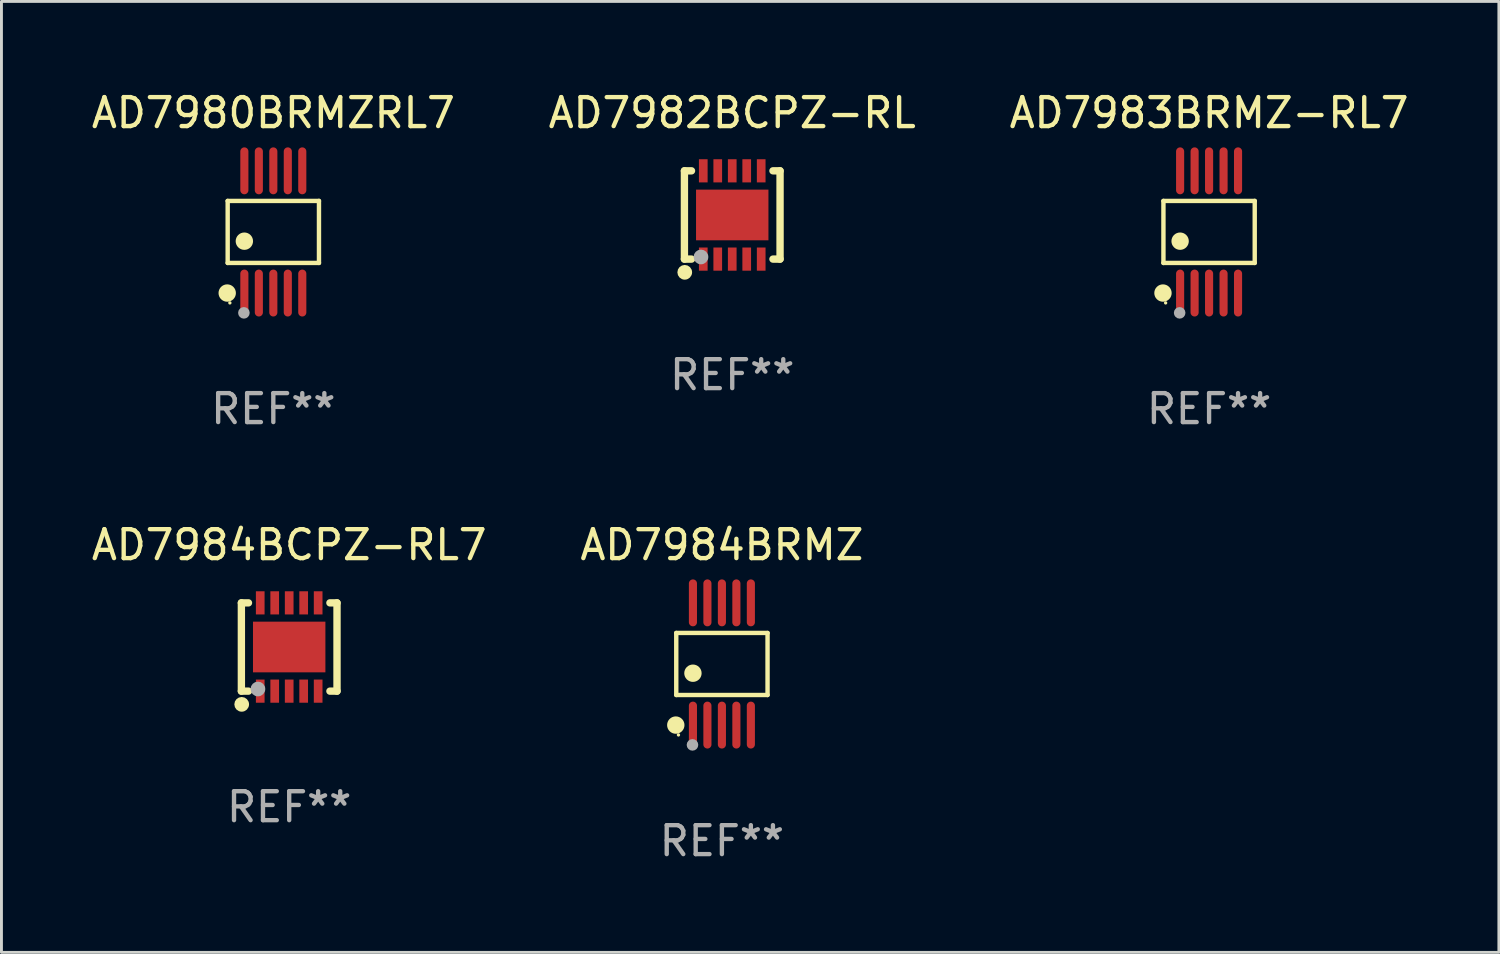
<source format=kicad_pcb>
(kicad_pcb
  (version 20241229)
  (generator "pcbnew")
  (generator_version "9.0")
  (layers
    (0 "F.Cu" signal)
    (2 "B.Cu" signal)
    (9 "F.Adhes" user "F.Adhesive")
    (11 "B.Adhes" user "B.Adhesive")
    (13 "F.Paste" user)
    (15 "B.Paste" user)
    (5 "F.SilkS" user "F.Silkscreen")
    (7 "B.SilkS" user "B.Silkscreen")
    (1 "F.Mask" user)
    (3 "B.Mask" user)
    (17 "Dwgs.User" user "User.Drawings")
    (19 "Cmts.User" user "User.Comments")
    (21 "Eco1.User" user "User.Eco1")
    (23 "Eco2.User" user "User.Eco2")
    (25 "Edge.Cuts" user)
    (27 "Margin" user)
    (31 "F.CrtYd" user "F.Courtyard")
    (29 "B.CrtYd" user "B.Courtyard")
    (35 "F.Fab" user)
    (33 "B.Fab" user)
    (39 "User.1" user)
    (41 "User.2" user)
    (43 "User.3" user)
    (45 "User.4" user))
  (footprint "AD7983BRMZ-RL7"
    (layer "F.Cu")
    (at 38.696 4.958)
    (property "Reference" "AD7983BRMZ-RL7" (at 0 -4.11 0) (layer "F.SilkS") (effects (font (size 1 1) (thickness 0.15))))
    (attr through_hole)
    (fp_line (start -1.576 -1.071) (end 1.576 -1.071) (stroke (width 0.152) (type solid)) (layer "F.SilkS"))
    (fp_line (start -1.576 1.071) (end -1.576 -1.071) (stroke (width 0.152) (type solid)) (layer "F.SilkS"))
    (fp_line (start 1.576 -1.071) (end 1.576 1.071) (stroke (width 0.152) (type solid)) (layer "F.SilkS"))
    (fp_line (start 1.576 1.071) (end -1.576 1.071) (stroke (width 0.152) (type solid)) (layer "F.SilkS"))
    (fp_circle (center -1.592 2.11) (end -1.442 2.11) (stroke (width 0.3) (type solid)) (fill no) (layer "F.SilkS"))
    (fp_circle (center -1.5 2.45) (end -1.47 2.45) (stroke (width 0.06) (type solid)) (fill no) (layer "F.SilkS"))
    (fp_circle (center -1 0.319) (end -0.85 0.319) (stroke (width 0.3) (type solid)) (fill no) (layer "F.SilkS"))
    (fp_circle (center -1.016 2.794) (end -0.916 2.794) (stroke (width 0.2) (type solid)) (fill no) (layer "F.Fab"))
    (fp_text user "REF**" (at 0 6.11 0) (layer "F.Fab") (effects (font (size 1 1) (thickness 0.15))))
    (pad "1" smd oval (at -1 2.11) (size 0.28 1.62) (layers "F.Cu" "F.Mask" "F.Paste"))
    (pad "2" smd oval (at -0.5 2.11) (size 0.28 1.62) (layers "F.Cu" "F.Mask" "F.Paste"))
    (pad "3" smd oval (at 0 2.11) (size 0.28 1.62) (layers "F.Cu" "F.Mask" "F.Paste"))
    (pad "4" smd oval (at 0.5 2.11) (size 0.28 1.62) (layers "F.Cu" "F.Mask" "F.Paste"))
    (pad "5" smd oval (at 1 2.11) (size 0.28 1.62) (layers "F.Cu" "F.Mask" "F.Paste"))
    (pad "6" smd oval (at 1 -2.11) (size 0.28 1.62) (layers "F.Cu" "F.Mask" "F.Paste"))
    (pad "7" smd oval (at 0.5 -2.11) (size 0.28 1.62) (layers "F.Cu" "F.Mask" "F.Paste"))
    (pad "8" smd oval (at 0 -2.11) (size 0.28 1.62) (layers "F.Cu" "F.Mask" "F.Paste"))
    (pad "9" smd oval (at -0.5 -2.11) (size 0.28 1.62) (layers "F.Cu" "F.Mask" "F.Paste"))
    (pad "10" smd oval (at -1 -2.11) (size 0.28 1.62) (layers "F.Cu" "F.Mask" "F.Paste")))
  (footprint "AD7982BCPZ-RL"
    (layer "F.Cu")
    (at 22.232 4.372)
    (property "Reference" "AD7982BCPZ-RL" (at 0 -3.524 0) (layer "F.SilkS") (effects (font (size 1 1) (thickness 0.15))))
    (attr through_hole)
    (fp_line (start -1.651 -1.524) (end -1.651 1.524) (stroke (width 0.254) (type solid)) (layer "F.SilkS"))
    (fp_line (start -1.651 1.524) (end -1.406 1.524) (stroke (width 0.254) (type solid)) (layer "F.SilkS"))
    (fp_line (start -1.406 -1.524) (end -1.651 -1.524) (stroke (width 0.254) (type solid)) (layer "F.SilkS"))
    (fp_line (start 1.406 1.524) (end 1.651 1.524) (stroke (width 0.254) (type solid)) (layer "F.SilkS"))
    (fp_line (start 1.651 -1.524) (end 1.406 -1.524) (stroke (width 0.254) (type solid)) (layer "F.SilkS"))
    (fp_line (start 1.651 1.524) (end 1.651 -1.524) (stroke (width 0.254) (type solid)) (layer "F.SilkS"))
    (fp_circle (center -1.64 1.98) (end -1.513 1.98) (stroke (width 0.254) (type solid)) (fill no) (layer "F.SilkS"))
    (fp_circle (center -1.5 1.5) (end -1.47 1.5) (stroke (width 0.06) (type solid)) (fill no) (layer "F.SilkS"))
    (fp_circle (center -1.08 1.45) (end -0.953 1.45) (stroke (width 0.254) (type solid)) (fill no) (layer "F.Fab"))
    (fp_text user "REF**" (at 0 5.524 0) (layer "F.Fab") (effects (font (size 1 1) (thickness 0.15))))
    (pad "1" smd rect (at -1 1.524) (size 0.3 0.8) (layers "F.Cu" "F.Mask" "F.Paste"))
    (pad "2" smd rect (at -0.5 1.524) (size 0.3 0.8) (layers "F.Cu" "F.Mask" "F.Paste"))
    (pad "3" smd rect (at 0 1.524) (size 0.3 0.8) (layers "F.Cu" "F.Mask" "F.Paste"))
    (pad "4" smd rect (at 0.5 1.524) (size 0.3 0.8) (layers "F.Cu" "F.Mask" "F.Paste"))
    (pad "5" smd rect (at 1 1.524) (size 0.3 0.8) (layers "F.Cu" "F.Mask" "F.Paste"))
    (pad "6" smd rect (at 1 -1.524) (size 0.3 0.8) (layers "F.Cu" "F.Mask" "F.Paste"))
    (pad "7" smd rect (at 0.5 -1.524) (size 0.3 0.8) (layers "F.Cu" "F.Mask" "F.Paste"))
    (pad "8" smd rect (at 0 -1.524) (size 0.3 0.8) (layers "F.Cu" "F.Mask" "F.Paste"))
    (pad "9" smd rect (at -0.5 -1.524) (size 0.3 0.8) (layers "F.Cu" "F.Mask" "F.Paste"))
    (pad "10" smd rect (at -1 -1.524) (size 0.3 0.8) (layers "F.Cu" "F.Mask" "F.Paste"))
    (pad "11" smd rect (at 0 0) (size 2.5 1.75) (layers "F.Cu" "F.Mask" "F.Paste")))
  (footprint "AD7980BRMZRL7"
    (layer "F.Cu")
    (at 6.387 4.958)
    (property "Reference" "AD7980BRMZRL7" (at 0 -4.11 0) (layer "F.SilkS") (effects (font (size 1 1) (thickness 0.15))))
    (attr through_hole)
    (fp_line (start -1.576 -1.071) (end 1.576 -1.071) (stroke (width 0.152) (type solid)) (layer "F.SilkS"))
    (fp_line (start -1.576 1.071) (end -1.576 -1.071) (stroke (width 0.152) (type solid)) (layer "F.SilkS"))
    (fp_line (start 1.576 -1.071) (end 1.576 1.071) (stroke (width 0.152) (type solid)) (layer "F.SilkS"))
    (fp_line (start 1.576 1.071) (end -1.576 1.071) (stroke (width 0.152) (type solid)) (layer "F.SilkS"))
    (fp_circle (center -1.592 2.11) (end -1.442 2.11) (stroke (width 0.3) (type solid)) (fill no) (layer "F.SilkS"))
    (fp_circle (center -1.5 2.45) (end -1.47 2.45) (stroke (width 0.06) (type solid)) (fill no) (layer "F.SilkS"))
    (fp_circle (center -1 0.319) (end -0.85 0.319) (stroke (width 0.3) (type solid)) (fill no) (layer "F.SilkS"))
    (fp_circle (center -1.016 2.794) (end -0.916 2.794) (stroke (width 0.2) (type solid)) (fill no) (layer "F.Fab"))
    (fp_text user "REF**" (at 0 6.11 0) (layer "F.Fab") (effects (font (size 1 1) (thickness 0.15))))
    (pad "1" smd oval (at -1 2.11) (size 0.28 1.62) (layers "F.Cu" "F.Mask" "F.Paste"))
    (pad "2" smd oval (at -0.5 2.11) (size 0.28 1.62) (layers "F.Cu" "F.Mask" "F.Paste"))
    (pad "3" smd oval (at 0 2.11) (size 0.28 1.62) (layers "F.Cu" "F.Mask" "F.Paste"))
    (pad "4" smd oval (at 0.5 2.11) (size 0.28 1.62) (layers "F.Cu" "F.Mask" "F.Paste"))
    (pad "5" smd oval (at 1 2.11) (size 0.28 1.62) (layers "F.Cu" "F.Mask" "F.Paste"))
    (pad "6" smd oval (at 1 -2.11) (size 0.28 1.62) (layers "F.Cu" "F.Mask" "F.Paste"))
    (pad "7" smd oval (at 0.5 -2.11) (size 0.28 1.62) (layers "F.Cu" "F.Mask" "F.Paste"))
    (pad "8" smd oval (at 0 -2.11) (size 0.28 1.62) (layers "F.Cu" "F.Mask" "F.Paste"))
    (pad "9" smd oval (at -0.5 -2.11) (size 0.28 1.62) (layers "F.Cu" "F.Mask" "F.Paste"))
    (pad "10" smd oval (at -1 -2.11) (size 0.28 1.62) (layers "F.Cu" "F.Mask" "F.Paste")))
  (footprint "AD7984BRMZ"
    (layer "F.Cu")
    (at 21.875 19.875)
    (property "Reference" "AD7984BRMZ" (at 0 -4.11 0) (layer "F.SilkS") (effects (font (size 1 1) (thickness 0.15))))
    (attr through_hole)
    (fp_line (start -1.576 -1.071) (end 1.576 -1.071) (stroke (width 0.152) (type solid)) (layer "F.SilkS"))
    (fp_line (start -1.576 1.071) (end -1.576 -1.071) (stroke (width 0.152) (type solid)) (layer "F.SilkS"))
    (fp_line (start 1.576 -1.071) (end 1.576 1.071) (stroke (width 0.152) (type solid)) (layer "F.SilkS"))
    (fp_line (start 1.576 1.071) (end -1.576 1.071) (stroke (width 0.152) (type solid)) (layer "F.SilkS"))
    (fp_circle (center -1.592 2.11) (end -1.442 2.11) (stroke (width 0.3) (type solid)) (fill no) (layer "F.SilkS"))
    (fp_circle (center -1.5 2.45) (end -1.47 2.45) (stroke (width 0.06) (type solid)) (fill no) (layer "F.SilkS"))
    (fp_circle (center -1 0.319) (end -0.85 0.319) (stroke (width 0.3) (type solid)) (fill no) (layer "F.SilkS"))
    (fp_circle (center -1.016 2.794) (end -0.916 2.794) (stroke (width 0.2) (type solid)) (fill no) (layer "F.Fab"))
    (fp_text user "REF**" (at 0 6.11 0) (layer "F.Fab") (effects (font (size 1 1) (thickness 0.15))))
    (pad "1" smd oval (at -1 2.11) (size 0.28 1.62) (layers "F.Cu" "F.Mask" "F.Paste"))
    (pad "2" smd oval (at -0.5 2.11) (size 0.28 1.62) (layers "F.Cu" "F.Mask" "F.Paste"))
    (pad "3" smd oval (at 0 2.11) (size 0.28 1.62) (layers "F.Cu" "F.Mask" "F.Paste"))
    (pad "4" smd oval (at 0.5 2.11) (size 0.28 1.62) (layers "F.Cu" "F.Mask" "F.Paste"))
    (pad "5" smd oval (at 1 2.11) (size 0.28 1.62) (layers "F.Cu" "F.Mask" "F.Paste"))
    (pad "6" smd oval (at 1 -2.11) (size 0.28 1.62) (layers "F.Cu" "F.Mask" "F.Paste"))
    (pad "7" smd oval (at 0.5 -2.11) (size 0.28 1.62) (layers "F.Cu" "F.Mask" "F.Paste"))
    (pad "8" smd oval (at 0 -2.11) (size 0.28 1.62) (layers "F.Cu" "F.Mask" "F.Paste"))
    (pad "9" smd oval (at -0.5 -2.11) (size 0.28 1.62) (layers "F.Cu" "F.Mask" "F.Paste"))
    (pad "10" smd oval (at -1 -2.11) (size 0.28 1.62) (layers "F.Cu" "F.Mask" "F.Paste")))
  (footprint "AD7984BCPZ-RL7"
    (layer "F.Cu")
    (at 6.935 19.289)
    (property "Reference" "AD7984BCPZ-RL7" (at 0 -3.524 0) (layer "F.SilkS") (effects (font (size 1 1) (thickness 0.15))))
    (attr through_hole)
    (fp_line (start -1.651 -1.524) (end -1.651 1.524) (stroke (width 0.254) (type solid)) (layer "F.SilkS"))
    (fp_line (start -1.651 1.524) (end -1.406 1.524) (stroke (width 0.254) (type solid)) (layer "F.SilkS"))
    (fp_line (start -1.406 -1.524) (end -1.651 -1.524) (stroke (width 0.254) (type solid)) (layer "F.SilkS"))
    (fp_line (start 1.406 1.524) (end 1.651 1.524) (stroke (width 0.254) (type solid)) (layer "F.SilkS"))
    (fp_line (start 1.651 -1.524) (end 1.406 -1.524) (stroke (width 0.254) (type solid)) (layer "F.SilkS"))
    (fp_line (start 1.651 1.524) (end 1.651 -1.524) (stroke (width 0.254) (type solid)) (layer "F.SilkS"))
    (fp_circle (center -1.64 1.98) (end -1.513 1.98) (stroke (width 0.254) (type solid)) (fill no) (layer "F.SilkS"))
    (fp_circle (center -1.5 1.5) (end -1.47 1.5) (stroke (width 0.06) (type solid)) (fill no) (layer "F.SilkS"))
    (fp_circle (center -1.08 1.45) (end -0.953 1.45) (stroke (width 0.254) (type solid)) (fill no) (layer "F.Fab"))
    (fp_text user "REF**" (at 0 5.524 0) (layer "F.Fab") (effects (font (size 1 1) (thickness 0.15))))
    (pad "1" smd rect (at -1 1.524) (size 0.3 0.8) (layers "F.Cu" "F.Mask" "F.Paste"))
    (pad "2" smd rect (at -0.5 1.524) (size 0.3 0.8) (layers "F.Cu" "F.Mask" "F.Paste"))
    (pad "3" smd rect (at 0 1.524) (size 0.3 0.8) (layers "F.Cu" "F.Mask" "F.Paste"))
    (pad "4" smd rect (at 0.5 1.524) (size 0.3 0.8) (layers "F.Cu" "F.Mask" "F.Paste"))
    (pad "5" smd rect (at 1 1.524) (size 0.3 0.8) (layers "F.Cu" "F.Mask" "F.Paste"))
    (pad "6" smd rect (at 1 -1.524) (size 0.3 0.8) (layers "F.Cu" "F.Mask" "F.Paste"))
    (pad "7" smd rect (at 0.5 -1.524) (size 0.3 0.8) (layers "F.Cu" "F.Mask" "F.Paste"))
    (pad "8" smd rect (at 0 -1.524) (size 0.3 0.8) (layers "F.Cu" "F.Mask" "F.Paste"))
    (pad "9" smd rect (at -0.5 -1.524) (size 0.3 0.8) (layers "F.Cu" "F.Mask" "F.Paste"))
    (pad "10" smd rect (at -1 -1.524) (size 0.3 0.8) (layers "F.Cu" "F.Mask" "F.Paste"))
    (pad "11" smd rect (at 0 0) (size 2.5 1.75) (layers "F.Cu" "F.Mask" "F.Paste")))
  (gr_rect
    (start -3 -3)
    (end 48.702 29.833)
    (stroke (width 0.1) (type default))
    (fill no)
    (layer "Edge.Cuts")))
</source>
